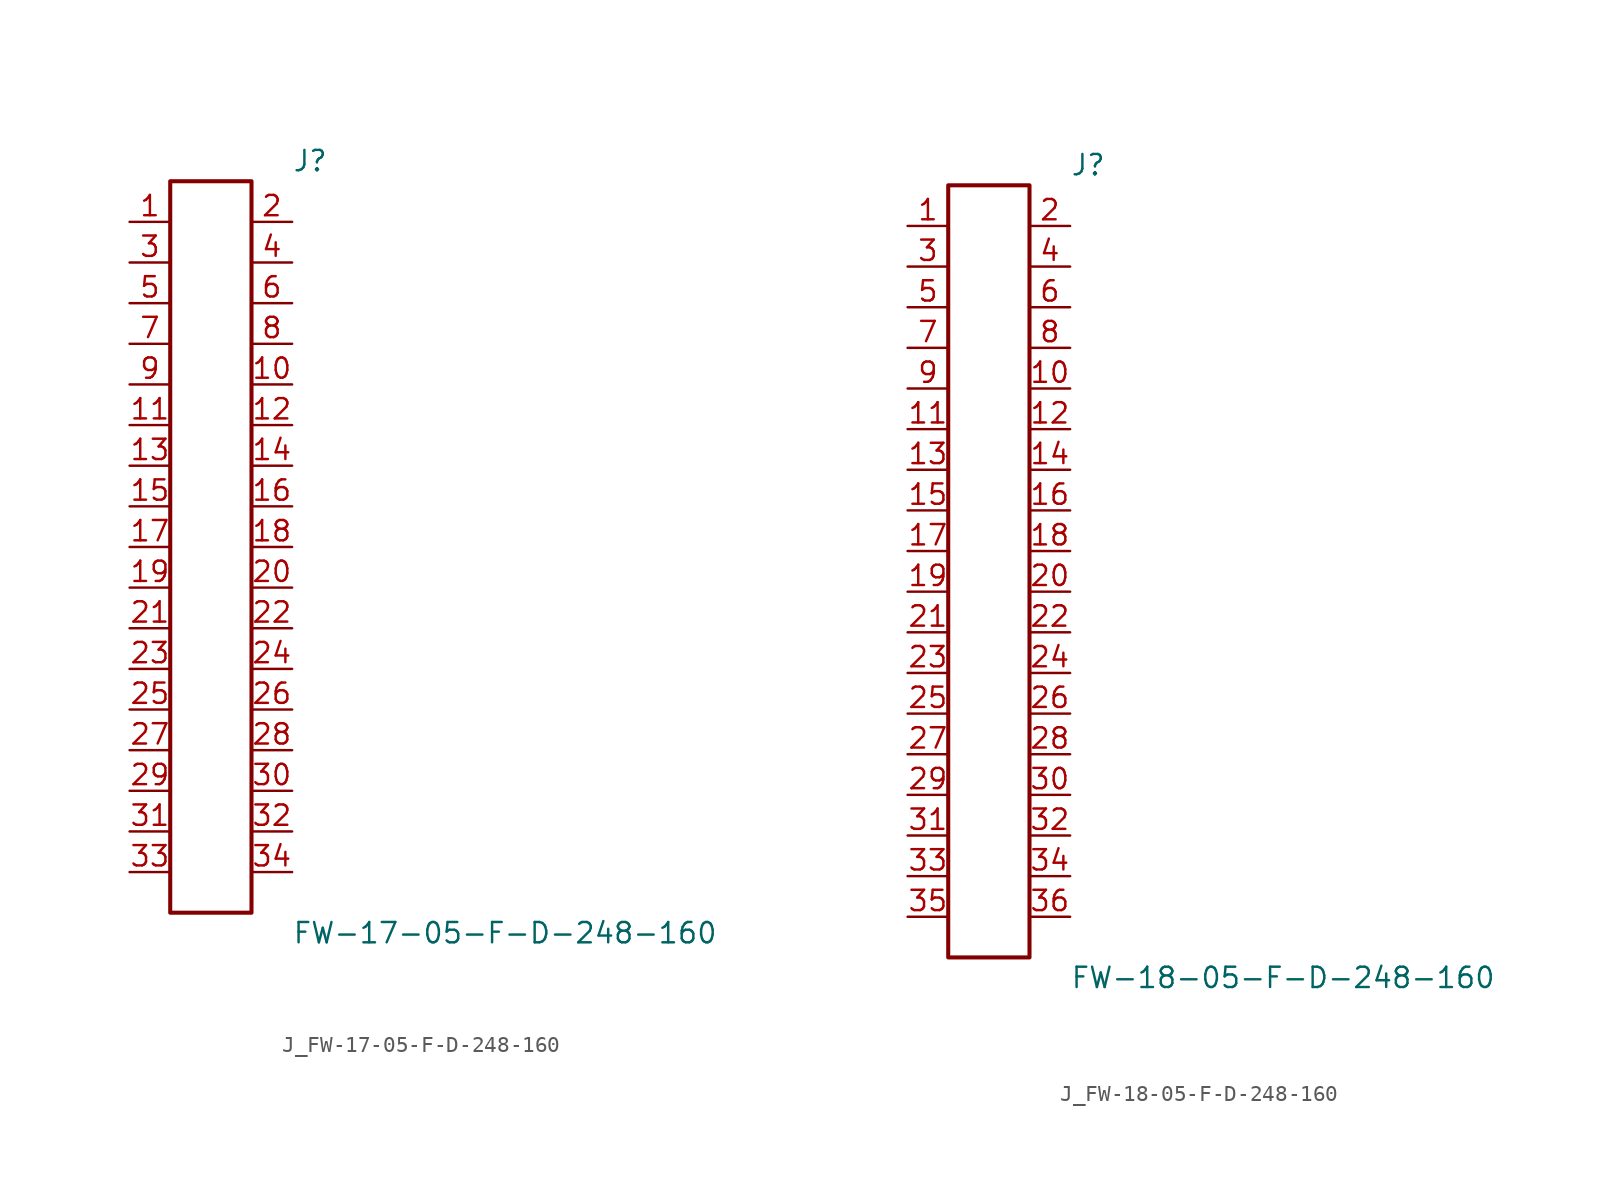
<source format=kicad_sym>
(kicad_symbol_lib
  (version 20231120)
  (generator kicad_symbol_editor)
  (generator_version 8.0)
  (symbol "J_FW-17-05-F-D-248-160"
    (pin_names
      (offset 0.254))
    (property "Reference" "J"
      (at 5.08 24.13 0)
      (effects (font (size 1.27 1.27)) (justify left)))
    (property "Value" "FW-17-05-F-D-248-160"
      (at 5.08 -24.13 0)
      (effects (font (size 1.27 1.27)) (justify left)))
    (symbol "J_FW-17-05-F-D-248-160_0_0"
      (pin passive line (at -5.08 20.32 0) (length 2.54) (name "" (effects (font (size 1.27 1.27)))) (number "1" (effects (font (size 1.27 1.27)))))
      (pin passive line (at 5.08 20.32 180) (length 2.54) (name "" (effects (font (size 1.27 1.27)))) (number "2" (effects (font (size 1.27 1.27)))))
      (pin passive line (at -5.08 17.78 0) (length 2.54) (name "" (effects (font (size 1.27 1.27)))) (number "3" (effects (font (size 1.27 1.27)))))
      (pin passive line (at 5.08 17.78 180) (length 2.54) (name "" (effects (font (size 1.27 1.27)))) (number "4" (effects (font (size 1.27 1.27)))))
      (pin passive line (at -5.08 15.24 0) (length 2.54) (name "" (effects (font (size 1.27 1.27)))) (number "5" (effects (font (size 1.27 1.27)))))
      (pin passive line (at 5.08 15.24 180) (length 2.54) (name "" (effects (font (size 1.27 1.27)))) (number "6" (effects (font (size 1.27 1.27)))))
      (pin passive line (at -5.08 12.7 0) (length 2.54) (name "" (effects (font (size 1.27 1.27)))) (number "7" (effects (font (size 1.27 1.27)))))
      (pin passive line (at 5.08 12.7 180) (length 2.54) (name "" (effects (font (size 1.27 1.27)))) (number "8" (effects (font (size 1.27 1.27)))))
      (pin passive line (at -5.08 10.16 0) (length 2.54) (name "" (effects (font (size 1.27 1.27)))) (number "9" (effects (font (size 1.27 1.27)))))
      (pin passive line (at 5.08 10.16 180) (length 2.54) (name "" (effects (font (size 1.27 1.27)))) (number "10" (effects (font (size 1.27 1.27)))))
      (pin passive line (at -5.08 7.62 0) (length 2.54) (name "" (effects (font (size 1.27 1.27)))) (number "11" (effects (font (size 1.27 1.27)))))
      (pin passive line (at 5.08 7.62 180) (length 2.54) (name "" (effects (font (size 1.27 1.27)))) (number "12" (effects (font (size 1.27 1.27)))))
      (pin passive line (at -5.08 5.08 0) (length 2.54) (name "" (effects (font (size 1.27 1.27)))) (number "13" (effects (font (size 1.27 1.27)))))
      (pin passive line (at 5.08 5.08 180) (length 2.54) (name "" (effects (font (size 1.27 1.27)))) (number "14" (effects (font (size 1.27 1.27)))))
      (pin passive line (at -5.08 2.54 0) (length 2.54) (name "" (effects (font (size 1.27 1.27)))) (number "15" (effects (font (size 1.27 1.27)))))
      (pin passive line (at 5.08 2.54 180) (length 2.54) (name "" (effects (font (size 1.27 1.27)))) (number "16" (effects (font (size 1.27 1.27)))))
      (pin passive line (at -5.08 0.0 0) (length 2.54) (name "" (effects (font (size 1.27 1.27)))) (number "17" (effects (font (size 1.27 1.27)))))
      (pin passive line (at 5.08 0.0 180) (length 2.54) (name "" (effects (font (size 1.27 1.27)))) (number "18" (effects (font (size 1.27 1.27)))))
      (pin passive line (at -5.08 -2.54 0) (length 2.54) (name "" (effects (font (size 1.27 1.27)))) (number "19" (effects (font (size 1.27 1.27)))))
      (pin passive line (at 5.08 -2.54 180) (length 2.54) (name "" (effects (font (size 1.27 1.27)))) (number "20" (effects (font (size 1.27 1.27)))))
      (pin passive line (at -5.08 -5.08 0) (length 2.54) (name "" (effects (font (size 1.27 1.27)))) (number "21" (effects (font (size 1.27 1.27)))))
      (pin passive line (at 5.08 -5.08 180) (length 2.54) (name "" (effects (font (size 1.27 1.27)))) (number "22" (effects (font (size 1.27 1.27)))))
      (pin passive line (at -5.08 -7.62 0) (length 2.54) (name "" (effects (font (size 1.27 1.27)))) (number "23" (effects (font (size 1.27 1.27)))))
      (pin passive line (at 5.08 -7.62 180) (length 2.54) (name "" (effects (font (size 1.27 1.27)))) (number "24" (effects (font (size 1.27 1.27)))))
      (pin passive line (at -5.08 -10.16 0) (length 2.54) (name "" (effects (font (size 1.27 1.27)))) (number "25" (effects (font (size 1.27 1.27)))))
      (pin passive line (at 5.08 -10.16 180) (length 2.54) (name "" (effects (font (size 1.27 1.27)))) (number "26" (effects (font (size 1.27 1.27)))))
      (pin passive line (at -5.08 -12.7 0) (length 2.54) (name "" (effects (font (size 1.27 1.27)))) (number "27" (effects (font (size 1.27 1.27)))))
      (pin passive line (at 5.08 -12.7 180) (length 2.54) (name "" (effects (font (size 1.27 1.27)))) (number "28" (effects (font (size 1.27 1.27)))))
      (pin passive line (at -5.08 -15.24 0) (length 2.54) (name "" (effects (font (size 1.27 1.27)))) (number "29" (effects (font (size 1.27 1.27)))))
      (pin passive line (at 5.08 -15.24 180) (length 2.54) (name "" (effects (font (size 1.27 1.27)))) (number "30" (effects (font (size 1.27 1.27)))))
      (pin passive line (at -5.08 -17.78 0) (length 2.54) (name "" (effects (font (size 1.27 1.27)))) (number "31" (effects (font (size 1.27 1.27)))))
      (pin passive line (at 5.08 -17.78 180) (length 2.54) (name "" (effects (font (size 1.27 1.27)))) (number "32" (effects (font (size 1.27 1.27)))))
      (pin passive line (at -5.08 -20.32 0) (length 2.54) (name "" (effects (font (size 1.27 1.27)))) (number "33" (effects (font (size 1.27 1.27)))))
      (pin passive line (at 5.08 -20.32 180) (length 2.54) (name "" (effects (font (size 1.27 1.27)))) (number "34" (effects (font (size 1.27 1.27))))))
    (symbol "J_FW-17-05-F-D-248-160_1_0"
      (rectangle (start -2.54 22.86) (end 2.54 -22.86) (stroke (width 0.254) (type solid)) (fill (type none)))))
  (symbol "J_FW-18-05-F-D-248-160"
    (pin_names
      (offset 0.254))
    (property "Reference" "J"
      (at 5.08 25.4 0)
      (effects (font (size 1.27 1.27)) (justify left)))
    (property "Value" "FW-18-05-F-D-248-160"
      (at 5.08 -25.4 0)
      (effects (font (size 1.27 1.27)) (justify left)))
    (symbol "J_FW-18-05-F-D-248-160_0_0"
      (pin passive line (at -5.08 21.59 0) (length 2.54) (name "" (effects (font (size 1.27 1.27)))) (number "1" (effects (font (size 1.27 1.27)))))
      (pin passive line (at 5.08 21.59 180) (length 2.54) (name "" (effects (font (size 1.27 1.27)))) (number "2" (effects (font (size 1.27 1.27)))))
      (pin passive line (at -5.08 19.05 0) (length 2.54) (name "" (effects (font (size 1.27 1.27)))) (number "3" (effects (font (size 1.27 1.27)))))
      (pin passive line (at 5.08 19.05 180) (length 2.54) (name "" (effects (font (size 1.27 1.27)))) (number "4" (effects (font (size 1.27 1.27)))))
      (pin passive line (at -5.08 16.51 0) (length 2.54) (name "" (effects (font (size 1.27 1.27)))) (number "5" (effects (font (size 1.27 1.27)))))
      (pin passive line (at 5.08 16.51 180) (length 2.54) (name "" (effects (font (size 1.27 1.27)))) (number "6" (effects (font (size 1.27 1.27)))))
      (pin passive line (at -5.08 13.97 0) (length 2.54) (name "" (effects (font (size 1.27 1.27)))) (number "7" (effects (font (size 1.27 1.27)))))
      (pin passive line (at 5.08 13.97 180) (length 2.54) (name "" (effects (font (size 1.27 1.27)))) (number "8" (effects (font (size 1.27 1.27)))))
      (pin passive line (at -5.08 11.43 0) (length 2.54) (name "" (effects (font (size 1.27 1.27)))) (number "9" (effects (font (size 1.27 1.27)))))
      (pin passive line (at 5.08 11.43 180) (length 2.54) (name "" (effects (font (size 1.27 1.27)))) (number "10" (effects (font (size 1.27 1.27)))))
      (pin passive line (at -5.08 8.89 0) (length 2.54) (name "" (effects (font (size 1.27 1.27)))) (number "11" (effects (font (size 1.27 1.27)))))
      (pin passive line (at 5.08 8.89 180) (length 2.54) (name "" (effects (font (size 1.27 1.27)))) (number "12" (effects (font (size 1.27 1.27)))))
      (pin passive line (at -5.08 6.35 0) (length 2.54) (name "" (effects (font (size 1.27 1.27)))) (number "13" (effects (font (size 1.27 1.27)))))
      (pin passive line (at 5.08 6.35 180) (length 2.54) (name "" (effects (font (size 1.27 1.27)))) (number "14" (effects (font (size 1.27 1.27)))))
      (pin passive line (at -5.08 3.81 0) (length 2.54) (name "" (effects (font (size 1.27 1.27)))) (number "15" (effects (font (size 1.27 1.27)))))
      (pin passive line (at 5.08 3.81 180) (length 2.54) (name "" (effects (font (size 1.27 1.27)))) (number "16" (effects (font (size 1.27 1.27)))))
      (pin passive line (at -5.08 1.27 0) (length 2.54) (name "" (effects (font (size 1.27 1.27)))) (number "17" (effects (font (size 1.27 1.27)))))
      (pin passive line (at 5.08 1.27 180) (length 2.54) (name "" (effects (font (size 1.27 1.27)))) (number "18" (effects (font (size 1.27 1.27)))))
      (pin passive line (at -5.08 -1.27 0) (length 2.54) (name "" (effects (font (size 1.27 1.27)))) (number "19" (effects (font (size 1.27 1.27)))))
      (pin passive line (at 5.08 -1.27 180) (length 2.54) (name "" (effects (font (size 1.27 1.27)))) (number "20" (effects (font (size 1.27 1.27)))))
      (pin passive line (at -5.08 -3.81 0) (length 2.54) (name "" (effects (font (size 1.27 1.27)))) (number "21" (effects (font (size 1.27 1.27)))))
      (pin passive line (at 5.08 -3.81 180) (length 2.54) (name "" (effects (font (size 1.27 1.27)))) (number "22" (effects (font (size 1.27 1.27)))))
      (pin passive line (at -5.08 -6.35 0) (length 2.54) (name "" (effects (font (size 1.27 1.27)))) (number "23" (effects (font (size 1.27 1.27)))))
      (pin passive line (at 5.08 -6.35 180) (length 2.54) (name "" (effects (font (size 1.27 1.27)))) (number "24" (effects (font (size 1.27 1.27)))))
      (pin passive line (at -5.08 -8.89 0) (length 2.54) (name "" (effects (font (size 1.27 1.27)))) (number "25" (effects (font (size 1.27 1.27)))))
      (pin passive line (at 5.08 -8.89 180) (length 2.54) (name "" (effects (font (size 1.27 1.27)))) (number "26" (effects (font (size 1.27 1.27)))))
      (pin passive line (at -5.08 -11.43 0) (length 2.54) (name "" (effects (font (size 1.27 1.27)))) (number "27" (effects (font (size 1.27 1.27)))))
      (pin passive line (at 5.08 -11.43 180) (length 2.54) (name "" (effects (font (size 1.27 1.27)))) (number "28" (effects (font (size 1.27 1.27)))))
      (pin passive line (at -5.08 -13.97 0) (length 2.54) (name "" (effects (font (size 1.27 1.27)))) (number "29" (effects (font (size 1.27 1.27)))))
      (pin passive line (at 5.08 -13.97 180) (length 2.54) (name "" (effects (font (size 1.27 1.27)))) (number "30" (effects (font (size 1.27 1.27)))))
      (pin passive line (at -5.08 -16.51 0) (length 2.54) (name "" (effects (font (size 1.27 1.27)))) (number "31" (effects (font (size 1.27 1.27)))))
      (pin passive line (at 5.08 -16.51 180) (length 2.54) (name "" (effects (font (size 1.27 1.27)))) (number "32" (effects (font (size 1.27 1.27)))))
      (pin passive line (at -5.08 -19.05 0) (length 2.54) (name "" (effects (font (size 1.27 1.27)))) (number "33" (effects (font (size 1.27 1.27)))))
      (pin passive line (at 5.08 -19.05 180) (length 2.54) (name "" (effects (font (size 1.27 1.27)))) (number "34" (effects (font (size 1.27 1.27)))))
      (pin passive line (at -5.08 -21.59 0) (length 2.54) (name "" (effects (font (size 1.27 1.27)))) (number "35" (effects (font (size 1.27 1.27)))))
      (pin passive line (at 5.08 -21.59 180) (length 2.54) (name "" (effects (font (size 1.27 1.27)))) (number "36" (effects (font (size 1.27 1.27))))))
    (symbol "J_FW-18-05-F-D-248-160_1_0"
      (rectangle (start -2.54 24.13) (end 2.54 -24.13) (stroke (width 0.254) (type solid)) (fill (type none))))))
</source>
